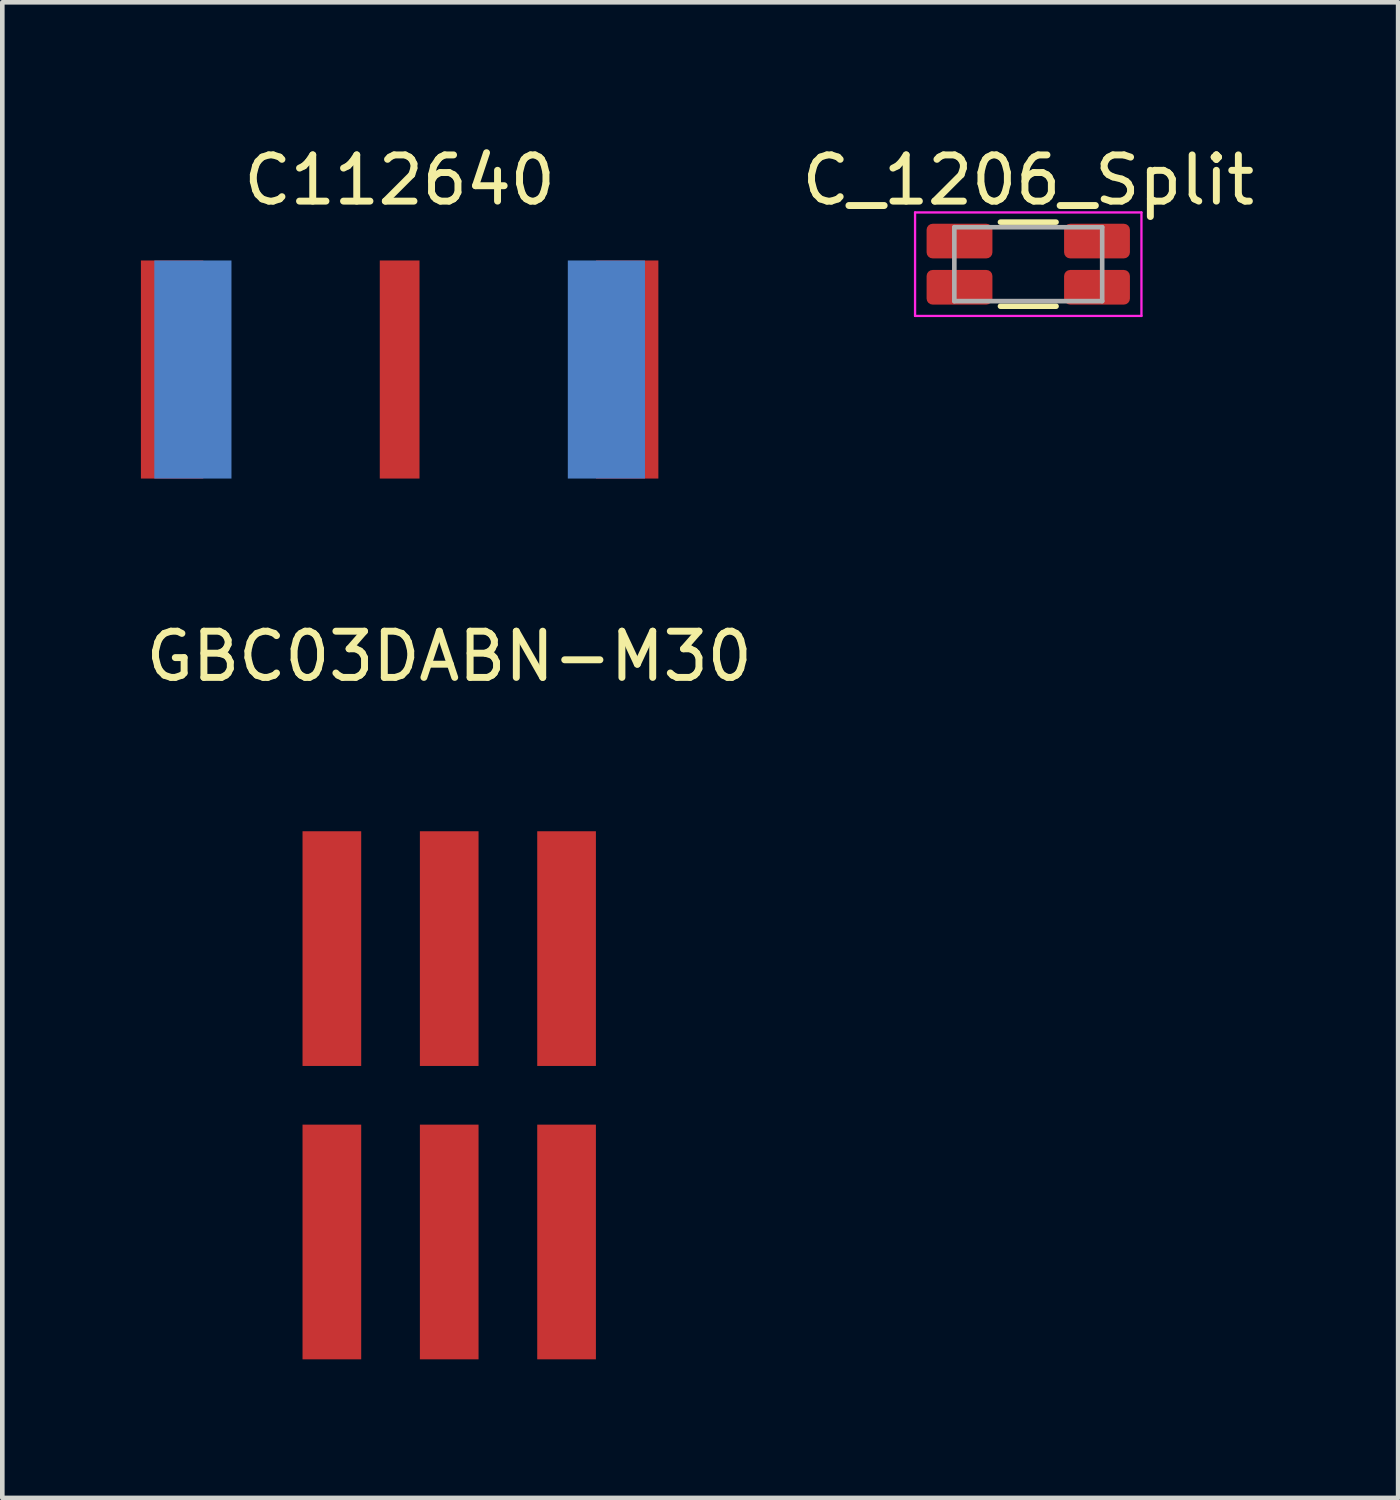
<source format=kicad_pcb>
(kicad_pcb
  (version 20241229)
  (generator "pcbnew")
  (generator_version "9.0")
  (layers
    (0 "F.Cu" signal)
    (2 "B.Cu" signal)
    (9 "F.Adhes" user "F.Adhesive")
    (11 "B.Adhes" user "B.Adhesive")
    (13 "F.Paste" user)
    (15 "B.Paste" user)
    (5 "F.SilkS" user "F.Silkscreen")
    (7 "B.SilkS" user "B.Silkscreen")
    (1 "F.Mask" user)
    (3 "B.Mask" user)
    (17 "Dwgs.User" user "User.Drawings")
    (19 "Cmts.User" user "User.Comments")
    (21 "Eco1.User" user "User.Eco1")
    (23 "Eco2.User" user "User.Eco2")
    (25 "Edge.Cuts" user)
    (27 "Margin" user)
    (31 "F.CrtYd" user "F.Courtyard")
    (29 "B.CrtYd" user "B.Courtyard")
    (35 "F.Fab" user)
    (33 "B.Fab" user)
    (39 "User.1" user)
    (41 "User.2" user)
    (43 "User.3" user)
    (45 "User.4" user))
  (footprint "C_1206_Split"
    (layer "F.Cu")
    (at 19.206 2.668)
    (property "Reference" "C_1206_Split" (at 0 -1.82 0) (layer "F.SilkS") (effects (font (size 1 1) (thickness 0.15))))
    (attr smd)
    (fp_line (start -0.602 -0.91) (end 0.602 -0.91) (stroke (width 0.12) (type solid)) (layer "F.SilkS"))
    (fp_line (start -0.602 0.91) (end 0.602 0.91) (stroke (width 0.12) (type solid)) (layer "F.SilkS"))
    (fp_line (start -2.45 -1.12) (end 2.45 -1.12) (stroke (width 0.05) (type solid)) (layer "F.CrtYd"))
    (fp_line (start -2.45 1.12) (end -2.45 -1.12) (stroke (width 0.05) (type solid)) (layer "F.CrtYd"))
    (fp_line (start 2.45 -1.12) (end 2.45 1.12) (stroke (width 0.05) (type solid)) (layer "F.CrtYd"))
    (fp_line (start 2.45 1.12) (end -2.45 1.12) (stroke (width 0.05) (type solid)) (layer "F.CrtYd"))
    (fp_line (start -1.6 -0.8) (end 1.6 -0.8) (stroke (width 0.1) (type solid)) (layer "F.Fab"))
    (fp_line (start -1.6 0.8) (end -1.6 -0.8) (stroke (width 0.1) (type solid)) (layer "F.Fab"))
    (fp_line (start 1.6 -0.8) (end 1.6 0.8) (stroke (width 0.1) (type solid)) (layer "F.Fab"))
    (fp_line (start 1.6 0.8) (end -1.6 0.8) (stroke (width 0.1) (type solid)) (layer "F.Fab"))
    (pad "1" smd roundrect (at -1.488 -0.5) (size 1.425 0.75) (layers "F.Cu" "F.Mask" "F.Paste") (roundrect_rratio 0.175))
    (pad "2" smd roundrect (at -1.488 0.5) (size 1.425 0.75) (layers "F.Cu" "F.Mask" "F.Paste") (roundrect_rratio 0.175))
    (pad "3" smd roundrect (at 1.488 -0.5) (size 1.425 0.75) (layers "F.Cu" "F.Mask" "F.Paste") (roundrect_rratio 0.175))
    (pad "4" smd roundrect (at 1.488 0.5) (size 1.425 0.75) (layers "F.Cu" "F.Mask" "F.Paste") (roundrect_rratio 0.175)))
  (footprint "GBC03DABN-M30"
    (layer "F.Cu")
    (at 6.673 20.657)
    (property "Reference" "GBC03DABN-M30" (at 0 -9.5 0) (layer "F.SilkS") (effects (font (size 1 1) (thickness 0.15))))
    (attr through_hole)
    (pad "1" smd rect (at -2.54 3.175) (size 1.27 5.08) (layers "F.Cu" "F.Mask" "F.Paste"))
    (pad "2" smd rect (at -2.54 -3.175) (size 1.27 5.08) (layers "F.Cu" "F.Mask" "F.Paste"))
    (pad "3" smd rect (at 0 3.175) (size 1.27 5.08) (layers "F.Cu" "F.Mask" "F.Paste"))
    (pad "4" smd rect (at 0 -3.175) (size 1.27 5.08) (layers "F.Cu" "F.Mask" "F.Paste"))
    (pad "5" smd rect (at 2.54 3.175) (size 1.27 5.08) (layers "F.Cu" "F.Mask" "F.Paste"))
    (pad "6" smd rect (at 2.54 -3.175) (size 1.27 5.08) (layers "F.Cu" "F.Mask" "F.Paste")))
  (footprint "C112640"
    (layer "F.Cu")
    (at 5.6 4.948)
    (property "Reference" "C112640" (at 0 -4.1 0) (layer "F.SilkS") (effects (font (size 1 1) (thickness 0.15))))
    (attr through_hole)
    (pad "1" smd rect (at 0 0) (size 0.86 4.72) (layers "F.Cu" "F.Mask" "F.Paste"))
    (pad "2" smd rect (at -4.925 0) (size 1.35 4.72) (layers "F.Cu" "F.Mask" "F.Paste"))
    (pad "2" smd rect (at -4.475 0) (size 1.67 4.72) (layers "B.Cu" "B.Mask" "B.Paste"))
    (pad "2" smd rect (at 4.475 0) (size 1.67 4.72) (layers "B.Cu" "B.Mask" "B.Paste"))
    (pad "2" smd rect (at 4.925 0) (size 1.35 4.72) (layers "F.Cu" "F.Mask" "F.Paste")))
  (gr_rect
    (start -3 -3)
    (end 27.212 29.372)
    (stroke (width 0.1) (type default))
    (fill no)
    (layer "Edge.Cuts")))
</source>
